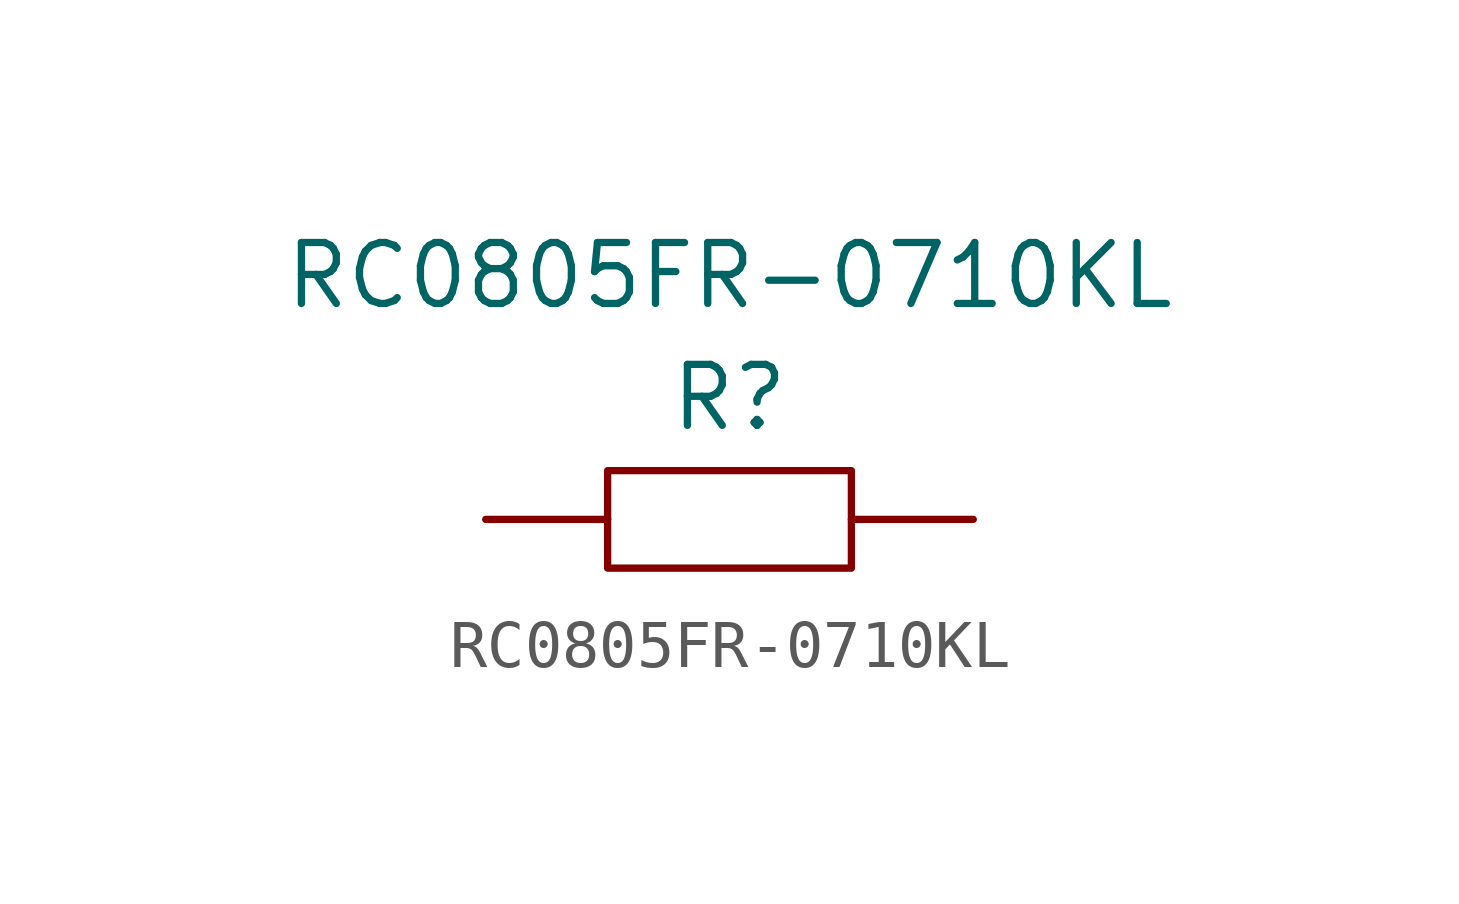
<source format=kicad_sym>
(kicad_symbol_lib
  (version 20211014)
  (generator kicad_symbol_editor)
  (symbol "RC0805FR-0710KL"
    (pin_numbers hide)
    (pin_names
      (offset 1.016) hide)
    (property "Reference" "R"
      (at 0 2.54 0)
      (effects (font (size 1.27 1.27))))
    (property "Value" "RC0805FR-0710KL"
      (at 0 5.08 0)
      (effects (font (size 1.27 1.27))))
    (symbol "RC0805FR-0710KL_1_1"
      (rectangle (start -2.54 1.016) (end 2.54 -1.016) (stroke (width 0.152) (type default) (color 0 0 0 0)) (fill (type none)))
      (pin input line (at -5.08 0 0) (length 2.54) (name "1" (effects (font (size 1.27 1.27)))) (number "1" (effects (font (size 1.27 1.27)))))
      (pin input line (at 5.08 0 180) (length 2.54) (name "2" (effects (font (size 1.27 1.27)))) (number "2" (effects (font (size 1.27 1.27))))))))
</source>
